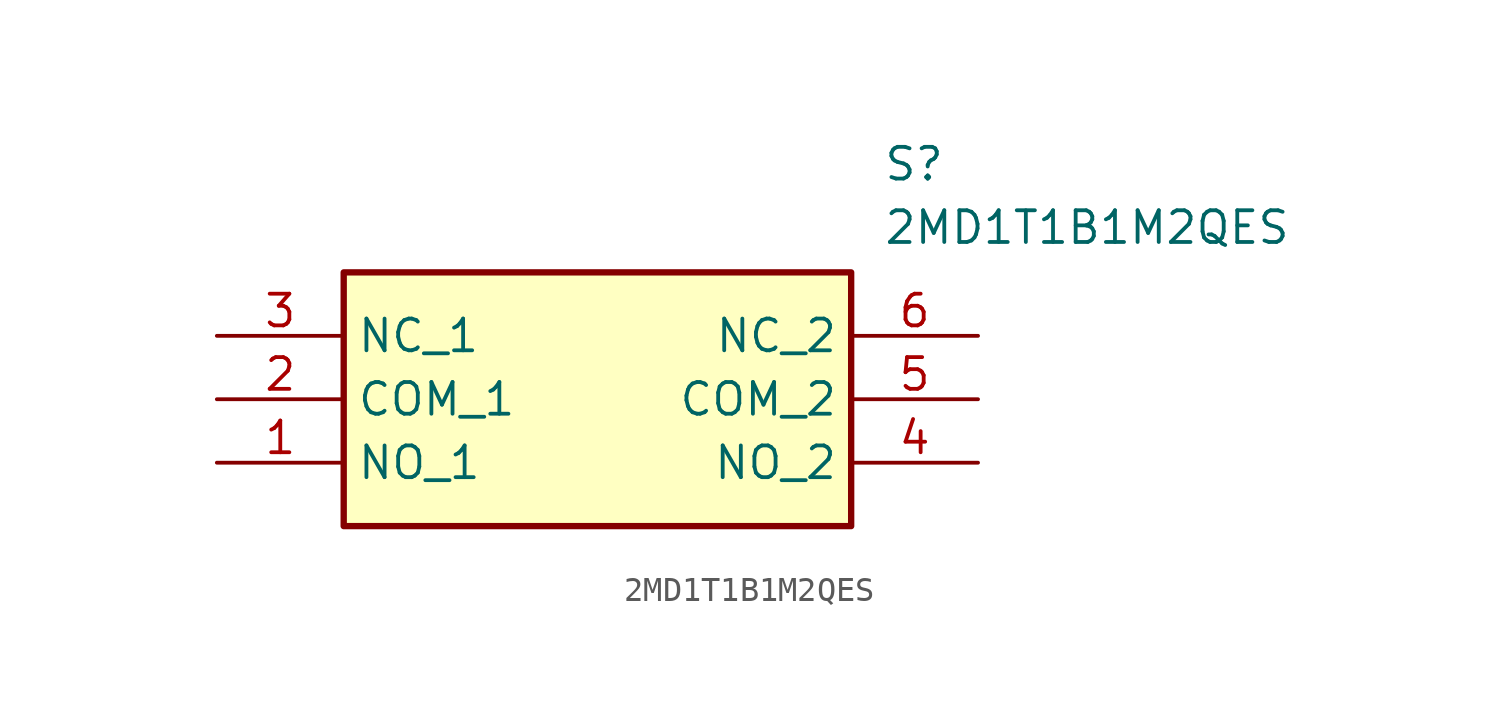
<source format=kicad_sym>
(kicad_symbol_lib
  (version 20211014)
  (generator SamacSys_ECAD_Model)
  (symbol "2MD1T1B1M2QES"
    (property "Reference" "S"
      (at 26.67 7.62 0)
      (effects (font (size 1.27 1.27)) (justify left top)))
    (property "Value" "2MD1T1B1M2QES"
      (at 26.67 5.08 0)
      (effects (font (size 1.27 1.27)) (justify left top)))
    (rectangle
      (start 5.08 2.54)
      (end 25.4 -7.62)
      (stroke (width 0.254) (type default))
      (fill (type background)))
    (pin passive line
      (at 0 -5.08 0)
      (length 5.08)
      (name "NO_1" (effects (font (size 1.27 1.27))))
      (number "1" (effects (font (size 1.27 1.27)))))
    (pin passive line
      (at 0 -2.54 0)
      (length 5.08)
      (name "COM_1" (effects (font (size 1.27 1.27))))
      (number "2" (effects (font (size 1.27 1.27)))))
    (pin passive line
      (at 0 0 0)
      (length 5.08)
      (name "NC_1" (effects (font (size 1.27 1.27))))
      (number "3" (effects (font (size 1.27 1.27)))))
    (pin passive line
      (at 30.48 -5.08 180)
      (length 5.08)
      (name "NO_2" (effects (font (size 1.27 1.27))))
      (number "4" (effects (font (size 1.27 1.27)))))
    (pin passive line
      (at 30.48 -2.54 180)
      (length 5.08)
      (name "COM_2" (effects (font (size 1.27 1.27))))
      (number "5" (effects (font (size 1.27 1.27)))))
    (pin passive line
      (at 30.48 0 180)
      (length 5.08)
      (name "NC_2" (effects (font (size 1.27 1.27))))
      (number "6" (effects (font (size 1.27 1.27)))))))
</source>
